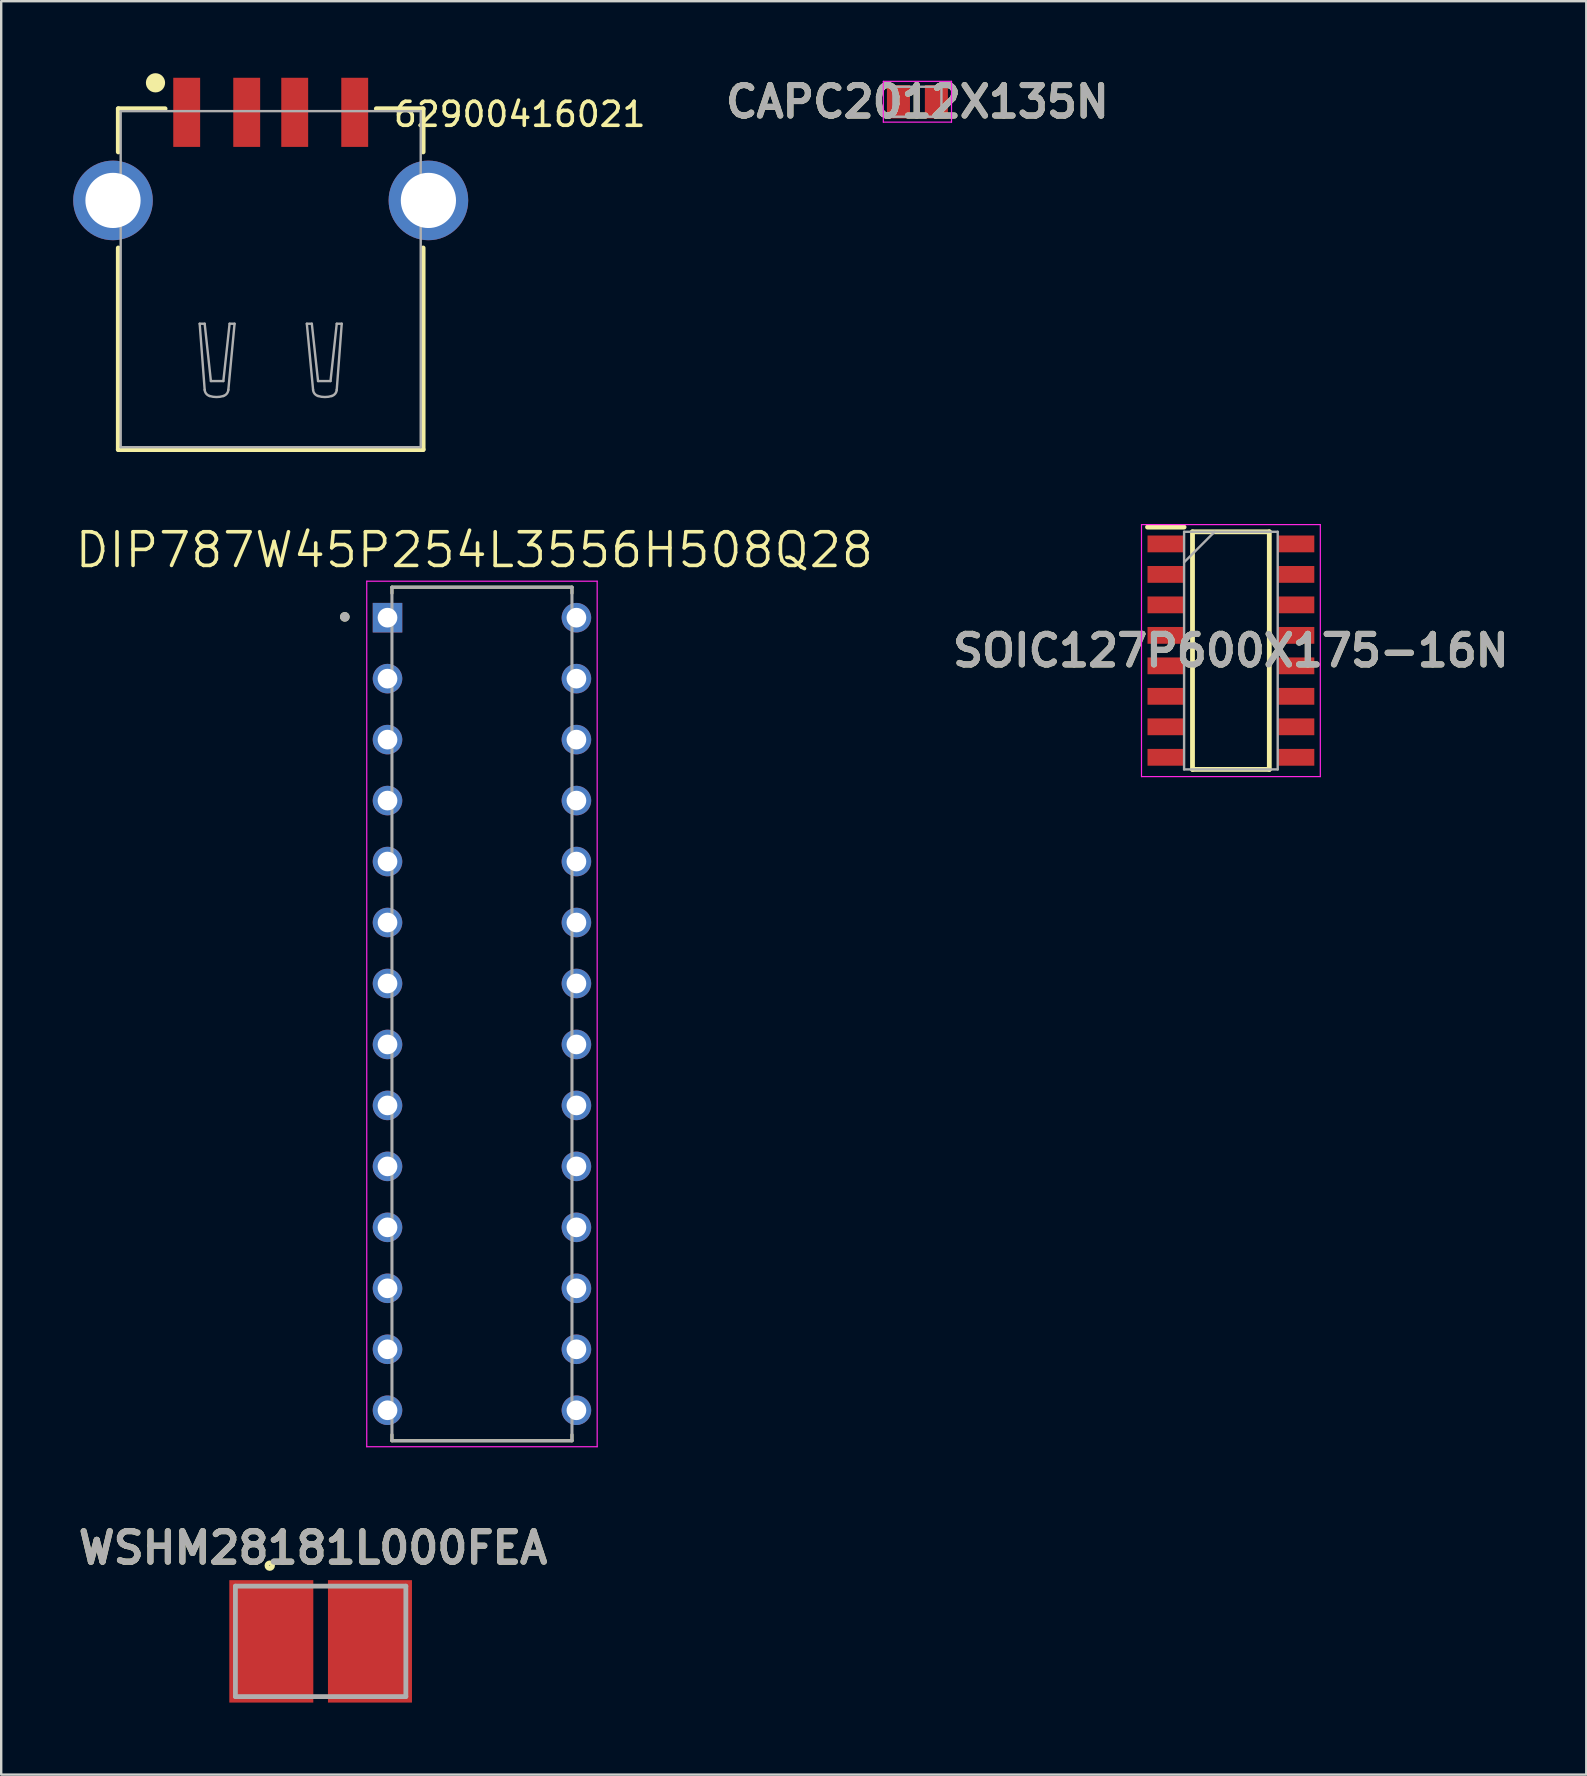
<source format=kicad_pcb>
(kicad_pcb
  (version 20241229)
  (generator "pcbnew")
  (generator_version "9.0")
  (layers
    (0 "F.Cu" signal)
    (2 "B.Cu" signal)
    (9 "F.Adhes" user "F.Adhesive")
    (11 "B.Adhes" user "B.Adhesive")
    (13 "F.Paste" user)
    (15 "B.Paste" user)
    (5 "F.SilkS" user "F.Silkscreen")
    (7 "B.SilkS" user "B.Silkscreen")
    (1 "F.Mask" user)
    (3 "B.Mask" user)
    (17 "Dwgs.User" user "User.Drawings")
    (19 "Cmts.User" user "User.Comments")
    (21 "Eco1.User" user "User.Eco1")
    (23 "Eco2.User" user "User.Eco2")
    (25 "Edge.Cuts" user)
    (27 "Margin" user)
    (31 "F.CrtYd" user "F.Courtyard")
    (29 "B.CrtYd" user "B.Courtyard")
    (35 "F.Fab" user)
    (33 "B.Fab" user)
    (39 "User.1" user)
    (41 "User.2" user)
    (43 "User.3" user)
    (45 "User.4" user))
  (footprint "62900416021"
    (layer "F.Cu")
    (at 8.228 8.58)
    (property "Reference" "62900416021" (at 10.373 -6.866 0) (layer "F.SilkS") (effects (font (size 1 1) (thickness 0.15))))
    (attr smd)
    (fp_line (start -6.35 -7.1) (end -6.35 -5.3) (stroke (width 0.2) (type solid)) (layer "F.SilkS"))
    (fp_line (start -6.35 -1.3) (end -6.35 7.1) (stroke (width 0.2) (type solid)) (layer "F.SilkS"))
    (fp_line (start -6.35 7.1) (end 6.35 7.1) (stroke (width 0.2) (type solid)) (layer "F.SilkS"))
    (fp_line (start -4.4 -7.1) (end -6.35 -7.1) (stroke (width 0.2) (type solid)) (layer "F.SilkS"))
    (fp_line (start 4.4 -7.1) (end 6.35 -7.1) (stroke (width 0.2) (type solid)) (layer "F.SilkS"))
    (fp_line (start 6.35 -7.1) (end 6.35 -5.3) (stroke (width 0.2) (type solid)) (layer "F.SilkS"))
    (fp_line (start 6.35 7.1) (end 6.35 -1.3) (stroke (width 0.2) (type solid)) (layer "F.SilkS"))
    (fp_circle (center -4.8 -8.18) (end -4.6 -8.18) (stroke (width 0.4) (type solid)) (fill no) (layer "F.SilkS"))
    (fp_line (start -6.25 -7) (end 6.25 -7) (stroke (width 0.1) (type solid)) (layer "F.Fab"))
    (fp_line (start -6.25 7) (end -6.25 -7) (stroke (width 0.1) (type solid)) (layer "F.Fab"))
    (fp_line (start -2.959 1.857) (end -2.751 4.609) (stroke (width 0.1) (type solid)) (layer "F.Fab"))
    (fp_line (start -2.751 1.857) (end -2.959 1.857) (stroke (width 0.1) (type solid)) (layer "F.Fab"))
    (fp_line (start -2.492 4.245) (end -2.751 1.857) (stroke (width 0.1) (type solid)) (layer "F.Fab"))
    (fp_line (start -1.973 4.245) (end -2.492 4.245) (stroke (width 0.1) (type solid)) (layer "F.Fab"))
    (fp_line (start -1.765 4.609) (end -1.506 1.857) (stroke (width 0.1) (type solid)) (layer "F.Fab"))
    (fp_line (start -1.713 1.857) (end -1.973 4.245) (stroke (width 0.1) (type solid)) (layer "F.Fab"))
    (fp_line (start -1.506 1.857) (end -1.713 1.857) (stroke (width 0.1) (type solid)) (layer "F.Fab"))
    (fp_line (start 1.505 1.857) (end 1.713 1.857) (stroke (width 0.1) (type solid)) (layer "F.Fab"))
    (fp_line (start 1.713 1.857) (end 1.972 4.245) (stroke (width 0.1) (type solid)) (layer "F.Fab"))
    (fp_line (start 1.765 4.609) (end 1.505 1.857) (stroke (width 0.1) (type solid)) (layer "F.Fab"))
    (fp_line (start 1.972 4.245) (end 2.492 4.245) (stroke (width 0.1) (type solid)) (layer "F.Fab"))
    (fp_line (start 2.492 4.245) (end 2.751 1.857) (stroke (width 0.1) (type solid)) (layer "F.Fab"))
    (fp_line (start 2.751 1.857) (end 2.959 1.857) (stroke (width 0.1) (type solid)) (layer "F.Fab"))
    (fp_line (start 2.959 1.857) (end 2.751 4.609) (stroke (width 0.1) (type solid)) (layer "F.Fab"))
    (fp_line (start 6.25 -7) (end 6.25 7) (stroke (width 0.1) (type solid)) (layer "F.Fab"))
    (fp_line (start 6.25 7) (end -6.25 7) (stroke (width 0.1) (type solid)) (layer "F.Fab"))
    (fp_arc (start -2.5438 4.868) (mid -2.687659 4.770297) (end -2.7514 4.6085) (stroke (width 0.1) (type solid)) (layer "F.Fab"))
    (fp_arc (start -1.9727 4.868) (mid -2.25825 4.910802) (end -2.5438 4.868) (stroke (width 0.1) (type solid)) (layer "F.Fab"))
    (fp_arc (start -1.7651 4.6085) (mid -1.828841 4.770297) (end -1.9727 4.868) (stroke (width 0.1) (type solid)) (layer "F.Fab"))
    (fp_arc (start 1.9725 4.868) (mid 1.828641 4.770297) (end 1.7649 4.6085) (stroke (width 0.1) (type solid)) (layer "F.Fab"))
    (fp_arc (start 2.5436 4.868) (mid 2.25805 4.910802) (end 1.9725 4.868) (stroke (width 0.1) (type solid)) (layer "F.Fab"))
    (fp_arc (start 2.7512 4.6085) (mid 2.687459 4.770297) (end 2.5436 4.868) (stroke (width 0.1016) (type solid)) (layer "F.Fab"))
    (pad "1" smd rect (at -3.5 -6.95) (size 1.12 2.88) (layers "F.Cu" "F.Mask" "F.Paste"))
    (pad "2" smd rect (at -1 -6.95) (size 1.12 2.88) (layers "F.Cu" "F.Mask" "F.Paste"))
    (pad "3" smd rect (at 1 -6.95) (size 1.12 2.88) (layers "F.Cu" "F.Mask" "F.Paste"))
    (pad "4" smd rect (at 3.5 -6.95) (size 1.12 2.88) (layers "F.Cu" "F.Mask" "F.Paste"))
    (pad "S1" thru_hole circle (at -6.57 -3.28) (size 3.316 3.316) (drill 2.3) (layers "*.Cu" "*.Mask"))
    (pad "S2" thru_hole circle (at 6.57 -3.28) (size 3.316 3.316) (drill 2.3) (layers "*.Cu" "*.Mask")))
  (footprint "DIP787W45P254L3556H508Q28"
    (layer "F.Cu")
    (at 17.029 39.193)
    (property "Reference" "DIP787W45P254L3556H508Q28" (at -0.316 -19.329 0) (layer "F.SilkS") (effects (font (size 1.402 1.402) (thickness 0.15))))
    (attr through_hole)
    (fp_line (start -3.75 -17.78) (end -3.75 -17.526) (stroke (width 0.127) (type solid)) (layer "F.SilkS"))
    (fp_line (start -3.75 17.78) (end -3.75 17.526) (stroke (width 0.127) (type solid)) (layer "F.SilkS"))
    (fp_line (start 3.75 -17.78) (end -3.75 -17.78) (stroke (width 0.127) (type solid)) (layer "F.SilkS"))
    (fp_line (start 3.75 -17.78) (end 3.75 -17.526) (stroke (width 0.127) (type solid)) (layer "F.SilkS"))
    (fp_line (start 3.75 17.78) (end -3.75 17.78) (stroke (width 0.127) (type solid)) (layer "F.SilkS"))
    (fp_line (start 3.75 17.78) (end 3.75 17.526) (stroke (width 0.127) (type solid)) (layer "F.SilkS"))
    (fp_circle (center -5.714 -16.544) (end -5.614 -16.544) (stroke (width 0.2) (type solid)) (fill no) (layer "F.SilkS"))
    (fp_line (start -4.8 -18.03) (end -4.8 18.03) (stroke (width 0.05) (type solid)) (layer "F.CrtYd"))
    (fp_line (start -4.8 18.03) (end 4.8 18.03) (stroke (width 0.05) (type solid)) (layer "F.CrtYd"))
    (fp_line (start 4.8 -18.03) (end -4.8 -18.03) (stroke (width 0.05) (type solid)) (layer "F.CrtYd"))
    (fp_line (start 4.8 18.03) (end 4.8 -18.03) (stroke (width 0.05) (type solid)) (layer "F.CrtYd"))
    (fp_line (start -3.75 -17.78) (end -3.75 17.78) (stroke (width 0.127) (type solid)) (layer "F.Fab"))
    (fp_line (start -3.75 17.78) (end 3.75 17.78) (stroke (width 0.127) (type solid)) (layer "F.Fab"))
    (fp_line (start 3.75 -17.78) (end -3.75 -17.78) (stroke (width 0.127) (type solid)) (layer "F.Fab"))
    (fp_line (start 3.75 17.78) (end 3.75 -17.78) (stroke (width 0.127) (type solid)) (layer "F.Fab"))
    (fp_circle (center -5.714 -16.544) (end -5.614 -16.544) (stroke (width 0.2) (type solid)) (fill no) (layer "F.Fab"))
    (pad "1" thru_hole rect (at -3.935 -16.51) (size 1.23 1.23) (drill 0.82) (layers "*.Cu" "*.Mask"))
    (pad "2" thru_hole circle (at -3.935 -13.97) (size 1.23 1.23) (drill 0.82) (layers "*.Cu" "*.Mask"))
    (pad "3" thru_hole circle (at -3.935 -11.43) (size 1.23 1.23) (drill 0.82) (layers "*.Cu" "*.Mask"))
    (pad "4" thru_hole circle (at -3.935 -8.89) (size 1.23 1.23) (drill 0.82) (layers "*.Cu" "*.Mask"))
    (pad "5" thru_hole circle (at -3.935 -6.35) (size 1.23 1.23) (drill 0.82) (layers "*.Cu" "*.Mask"))
    (pad "6" thru_hole circle (at -3.935 -3.81) (size 1.23 1.23) (drill 0.82) (layers "*.Cu" "*.Mask"))
    (pad "7" thru_hole circle (at -3.935 -1.27) (size 1.23 1.23) (drill 0.82) (layers "*.Cu" "*.Mask"))
    (pad "8" thru_hole circle (at -3.935 1.27) (size 1.23 1.23) (drill 0.82) (layers "*.Cu" "*.Mask"))
    (pad "9" thru_hole circle (at -3.935 3.81) (size 1.23 1.23) (drill 0.82) (layers "*.Cu" "*.Mask"))
    (pad "10" thru_hole circle (at -3.935 6.35) (size 1.23 1.23) (drill 0.82) (layers "*.Cu" "*.Mask"))
    (pad "11" thru_hole circle (at -3.935 8.89) (size 1.23 1.23) (drill 0.82) (layers "*.Cu" "*.Mask"))
    (pad "12" thru_hole circle (at -3.935 11.43) (size 1.23 1.23) (drill 0.82) (layers "*.Cu" "*.Mask"))
    (pad "13" thru_hole circle (at -3.935 13.97) (size 1.23 1.23) (drill 0.82) (layers "*.Cu" "*.Mask"))
    (pad "14" thru_hole circle (at -3.935 16.51) (size 1.23 1.23) (drill 0.82) (layers "*.Cu" "*.Mask"))
    (pad "15" thru_hole circle (at 3.935 16.51) (size 1.23 1.23) (drill 0.82) (layers "*.Cu" "*.Mask"))
    (pad "16" thru_hole circle (at 3.935 13.97) (size 1.23 1.23) (drill 0.82) (layers "*.Cu" "*.Mask"))
    (pad "17" thru_hole circle (at 3.935 11.43) (size 1.23 1.23) (drill 0.82) (layers "*.Cu" "*.Mask"))
    (pad "18" thru_hole circle (at 3.935 8.89) (size 1.23 1.23) (drill 0.82) (layers "*.Cu" "*.Mask"))
    (pad "19" thru_hole circle (at 3.935 6.35) (size 1.23 1.23) (drill 0.82) (layers "*.Cu" "*.Mask"))
    (pad "20" thru_hole circle (at 3.935 3.81) (size 1.23 1.23) (drill 0.82) (layers "*.Cu" "*.Mask"))
    (pad "21" thru_hole circle (at 3.935 1.27) (size 1.23 1.23) (drill 0.82) (layers "*.Cu" "*.Mask"))
    (pad "22" thru_hole circle (at 3.935 -1.27) (size 1.23 1.23) (drill 0.82) (layers "*.Cu" "*.Mask"))
    (pad "23" thru_hole circle (at 3.935 -3.81) (size 1.23 1.23) (drill 0.82) (layers "*.Cu" "*.Mask"))
    (pad "24" thru_hole circle (at 3.935 -6.35) (size 1.23 1.23) (drill 0.82) (layers "*.Cu" "*.Mask"))
    (pad "25" thru_hole circle (at 3.935 -8.89) (size 1.23 1.23) (drill 0.82) (layers "*.Cu" "*.Mask"))
    (pad "26" thru_hole circle (at 3.935 -11.43) (size 1.23 1.23) (drill 0.82) (layers "*.Cu" "*.Mask"))
    (pad "27" thru_hole circle (at 3.935 -13.97) (size 1.23 1.23) (drill 0.82) (layers "*.Cu" "*.Mask"))
    (pad "28" thru_hole circle (at 3.935 -16.51) (size 1.23 1.23) (drill 0.82) (layers "*.Cu" "*.Mask")))
  (footprint "SOIC127P600X175-16N"
    (layer "F.Cu")
    (at 48.231 24.055)
    (property "Reference" "SOIC127P600X175-16N" (at 0 0 0) (layer "F.SilkS") (effects (font (size 1.27 1.27) (thickness 0.254))))
    (attr smd)
    (fp_line (start -3.475 -5.145) (end -1.95 -5.145) (stroke (width 0.2) (type solid)) (layer "F.SilkS"))
    (fp_line (start -1.6 -4.95) (end 1.6 -4.95) (stroke (width 0.2) (type solid)) (layer "F.SilkS"))
    (fp_line (start -1.6 4.95) (end -1.6 -4.95) (stroke (width 0.2) (type solid)) (layer "F.SilkS"))
    (fp_line (start 1.6 -4.95) (end 1.6 4.95) (stroke (width 0.2) (type solid)) (layer "F.SilkS"))
    (fp_line (start 1.6 4.95) (end -1.6 4.95) (stroke (width 0.2) (type solid)) (layer "F.SilkS"))
    (fp_line (start -3.725 -5.25) (end 3.725 -5.25) (stroke (width 0.05) (type solid)) (layer "F.CrtYd"))
    (fp_line (start -3.725 5.25) (end -3.725 -5.25) (stroke (width 0.05) (type solid)) (layer "F.CrtYd"))
    (fp_line (start 3.725 -5.25) (end 3.725 5.25) (stroke (width 0.05) (type solid)) (layer "F.CrtYd"))
    (fp_line (start 3.725 5.25) (end -3.725 5.25) (stroke (width 0.05) (type solid)) (layer "F.CrtYd"))
    (fp_line (start -1.95 -4.95) (end 1.95 -4.95) (stroke (width 0.1) (type solid)) (layer "F.Fab"))
    (fp_line (start -1.95 -3.68) (end -0.68 -4.95) (stroke (width 0.1) (type solid)) (layer "F.Fab"))
    (fp_line (start -1.95 4.95) (end -1.95 -4.95) (stroke (width 0.1) (type solid)) (layer "F.Fab"))
    (fp_line (start 1.95 -4.95) (end 1.95 4.95) (stroke (width 0.1) (type solid)) (layer "F.Fab"))
    (fp_line (start 1.95 4.95) (end -1.95 4.95) (stroke (width 0.1) (type solid)) (layer "F.Fab"))
    (fp_text user "${REFERENCE}" (at 0 0 0) (layer "F.Fab") (effects (font (size 1.27 1.27) (thickness 0.254))))
    (pad "1" smd rect (at -2.712 -4.445 90) (size 0.7 1.525) (layers "F.Cu" "F.Mask" "F.Paste"))
    (pad "2" smd rect (at -2.712 -3.175 90) (size 0.7 1.525) (layers "F.Cu" "F.Mask" "F.Paste"))
    (pad "3" smd rect (at -2.712 -1.905 90) (size 0.7 1.525) (layers "F.Cu" "F.Mask" "F.Paste"))
    (pad "4" smd rect (at -2.712 -0.635 90) (size 0.7 1.525) (layers "F.Cu" "F.Mask" "F.Paste"))
    (pad "5" smd rect (at -2.712 0.635 90) (size 0.7 1.525) (layers "F.Cu" "F.Mask" "F.Paste"))
    (pad "6" smd rect (at -2.712 1.905 90) (size 0.7 1.525) (layers "F.Cu" "F.Mask" "F.Paste"))
    (pad "7" smd rect (at -2.712 3.175 90) (size 0.7 1.525) (layers "F.Cu" "F.Mask" "F.Paste"))
    (pad "8" smd rect (at -2.712 4.445 90) (size 0.7 1.525) (layers "F.Cu" "F.Mask" "F.Paste"))
    (pad "9" smd rect (at 2.712 4.445 90) (size 0.7 1.525) (layers "F.Cu" "F.Mask" "F.Paste"))
    (pad "10" smd rect (at 2.712 3.175 90) (size 0.7 1.525) (layers "F.Cu" "F.Mask" "F.Paste"))
    (pad "11" smd rect (at 2.712 1.905 90) (size 0.7 1.525) (layers "F.Cu" "F.Mask" "F.Paste"))
    (pad "12" smd rect (at 2.712 0.635 90) (size 0.7 1.525) (layers "F.Cu" "F.Mask" "F.Paste"))
    (pad "13" smd rect (at 2.712 -0.635 90) (size 0.7 1.525) (layers "F.Cu" "F.Mask" "F.Paste"))
    (pad "14" smd rect (at 2.712 -1.905 90) (size 0.7 1.525) (layers "F.Cu" "F.Mask" "F.Paste"))
    (pad "15" smd rect (at 2.712 -3.175 90) (size 0.7 1.525) (layers "F.Cu" "F.Mask" "F.Paste"))
    (pad "16" smd rect (at 2.712 -4.445 90) (size 0.7 1.525) (layers "F.Cu" "F.Mask" "F.Paste")))
  (footprint "CAPC2012X135N"
    (layer "F.Cu")
    (at 35.171 1.189)
    (property "Reference" "CAPC2012X135N" (at 0 0 0) (layer "F.SilkS") (effects (font (size 1.27 1.27) (thickness 0.254))))
    (attr smd)
    (fp_line (start -1.42 -0.85) (end 1.42 -0.85) (stroke (width 0.05) (type solid)) (layer "F.CrtYd"))
    (fp_line (start -1.42 0.85) (end -1.42 -0.85) (stroke (width 0.05) (type solid)) (layer "F.CrtYd"))
    (fp_line (start 1.42 -0.85) (end 1.42 0.85) (stroke (width 0.05) (type solid)) (layer "F.CrtYd"))
    (fp_line (start 1.42 0.85) (end -1.42 0.85) (stroke (width 0.05) (type solid)) (layer "F.CrtYd"))
    (fp_line (start -1 -0.625) (end 1 -0.625) (stroke (width 0.1) (type solid)) (layer "F.Fab"))
    (fp_line (start -1 0.625) (end -1 -0.625) (stroke (width 0.1) (type solid)) (layer "F.Fab"))
    (fp_line (start 1 -0.625) (end 1 0.625) (stroke (width 0.1) (type solid)) (layer "F.Fab"))
    (fp_line (start 1 0.625) (end -1 0.625) (stroke (width 0.1) (type solid)) (layer "F.Fab"))
    (fp_text user "${REFERENCE}" (at 0 0 0) (layer "F.Fab") (effects (font (size 1.27 1.27) (thickness 0.254))))
    (pad "1" smd rect (at -0.79 0) (size 0.96 1.39) (layers "F.Cu" "F.Mask" "F.Paste"))
    (pad "2" smd rect (at 0.79 0) (size 0.96 1.39) (layers "F.Cu" "F.Mask" "F.Paste")))
  (footprint "WSHM28181L000FEA"
    (layer "F.Cu")
    (at 10.308 65.331)
    (property "Reference" "WSHM28181L000FEA" (at -0.317 -3.895 0) (layer "F.SilkS") (effects (font (size 1.27 1.27) (thickness 0.254))))
    (attr smd)
    (fp_circle (center -2.12 -3.154) (end -2.12 -3.038) (stroke (width 0.2) (type solid)) (fill no) (layer "F.SilkS"))
    (fp_line (start -3.55 -2.3) (end 3.55 -2.3) (stroke (width 0.2) (type solid)) (layer "F.Fab"))
    (fp_line (start -3.55 2.3) (end -3.55 -2.3) (stroke (width 0.2) (type solid)) (layer "F.Fab"))
    (fp_line (start 3.55 -2.3) (end 3.55 2.3) (stroke (width 0.2) (type solid)) (layer "F.Fab"))
    (fp_line (start 3.55 2.3) (end -3.55 2.3) (stroke (width 0.2) (type solid)) (layer "F.Fab"))
    (fp_text user "${REFERENCE}" (at -0.317 -3.895 0) (layer "F.Fab") (effects (font (size 1.27 1.27) (thickness 0.254))))
    (pad "1" smd rect (at -2.055 0) (size 3.5 5.1) (layers "F.Cu" "F.Mask" "F.Paste"))
    (pad "2" smd rect (at 2.055 0) (size 3.5 5.1) (layers "F.Cu" "F.Mask" "F.Paste")))
  (gr_rect
    (start -3 -3)
    (end 63.036 70.881)
    (stroke (width 0.1) (type default))
    (fill no)
    (layer "Edge.Cuts")))
</source>
